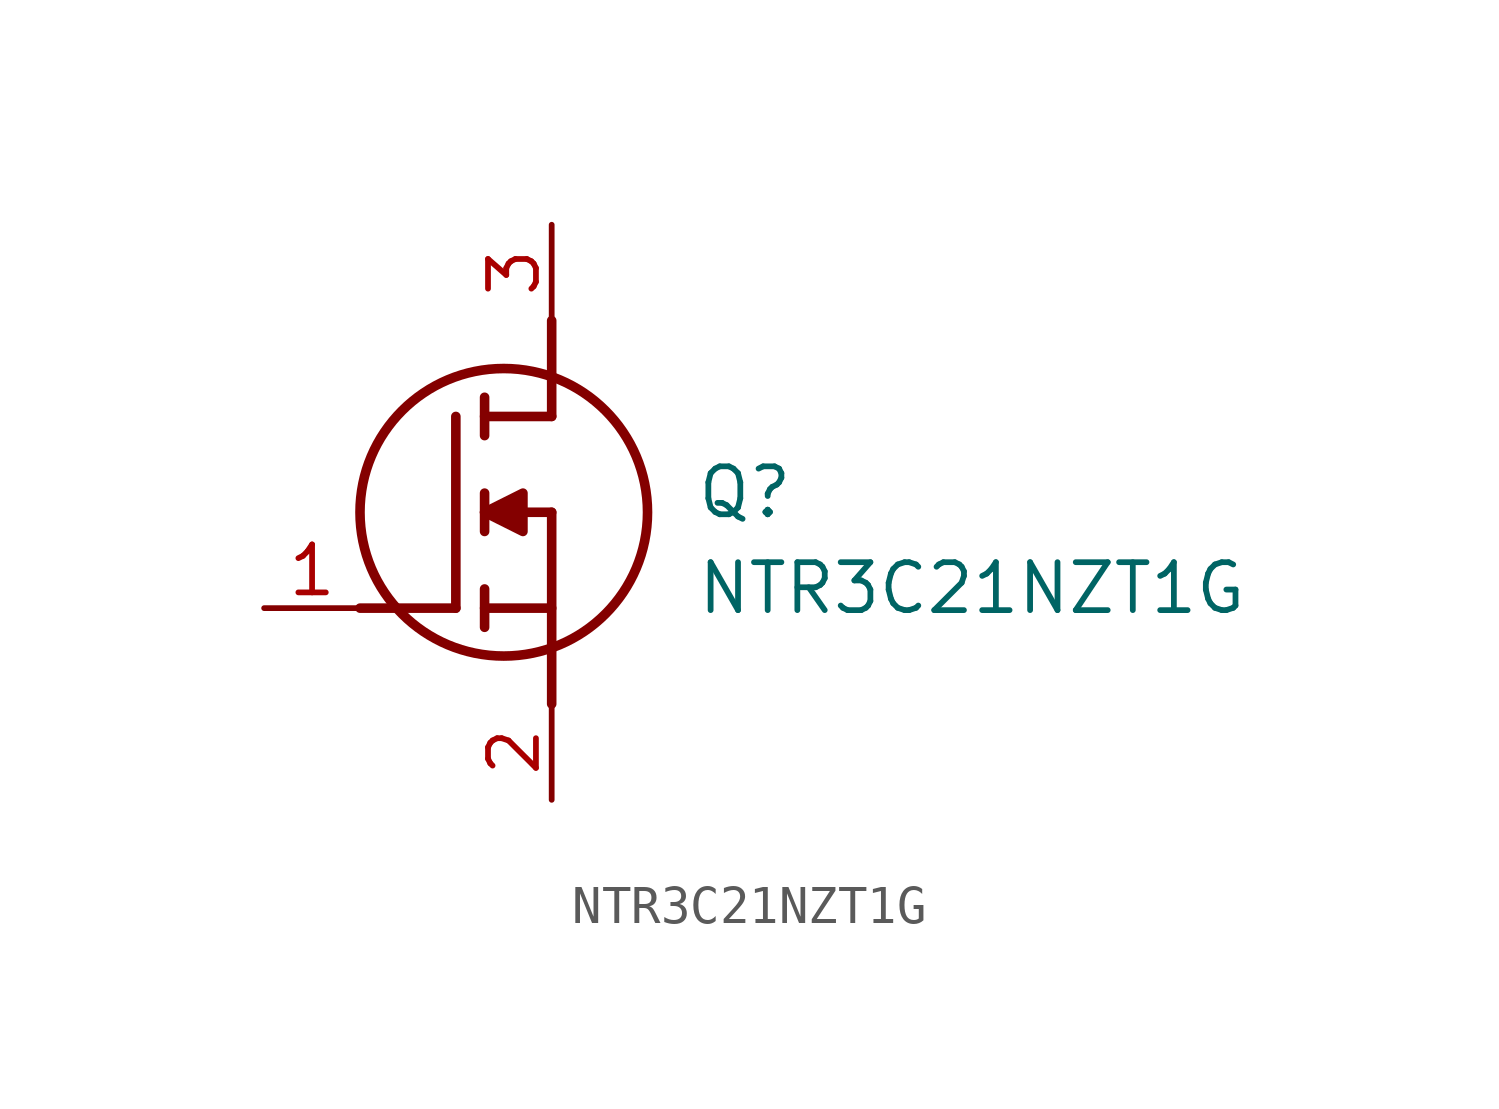
<source format=kicad_sym>
(kicad_symbol_lib
  (version 20211014)
  (generator SamacSys_ECAD_Model)
  (symbol "NTR3C21NZT1G"
    (pin_names hide)
    (property "Reference" "Q"
      (at 11.43 3.81 0)
      (effects (font (size 1.27 1.27)) (justify left top)))
    (property "Value" "NTR3C21NZT1G"
      (at 11.43 1.27 0)
      (effects (font (size 1.27 1.27)) (justify left top)))
    (polyline
      (pts (xy 7.62 2.54) (xy 7.62 -2.54))
      (stroke (width 0.254) (type default))
      (fill (type none)))
    (polyline
      (pts (xy 7.62 5.08) (xy 7.62 7.62))
      (stroke (width 0.254) (type default))
      (fill (type none)))
    (polyline
      (pts (xy 2.54 0) (xy 5.08 0))
      (stroke (width 0.254) (type default))
      (fill (type none)))
    (polyline
      (pts (xy 5.08 5.08) (xy 5.08 0))
      (stroke (width 0.254) (type default))
      (fill (type none)))
    (polyline
      (pts (xy 7.62 2.54) (xy 5.842 2.54))
      (stroke (width 0.254) (type default))
      (fill (type none)))
    (polyline
      (pts (xy 7.62 5.08) (xy 5.842 5.08))
      (stroke (width 0.254) (type default))
      (fill (type none)))
    (polyline
      (pts (xy 5.842 0) (xy 7.62 0))
      (stroke (width 0.254) (type default))
      (fill (type none)))
    (polyline
      (pts (xy 5.842 5.588) (xy 5.842 4.572))
      (stroke (width 0.254) (type default))
      (fill (type none)))
    (polyline
      (pts (xy 5.842 -0.508) (xy 5.842 0.508))
      (stroke (width 0.254) (type default))
      (fill (type none)))
    (polyline
      (pts (xy 5.842 2.032) (xy 5.842 3.048))
      (stroke (width 0.254) (type default))
      (fill (type none)))
    (circle
      (center 6.35 2.54)
      (radius 3.81)
      (stroke (width 0.254) (type default))
      (fill (type none)))
    (polyline
      (pts (xy 5.842 2.54) (xy 6.858 3.048) (xy 6.858 2.032) (xy 5.842 2.54))
      (stroke (width 0.254) (type default))
      (fill (type outline)))
    (pin passive line
      (at 0 0 0)
      (length 2.54)
      (name "G" (effects (font (size 1.27 1.27))))
      (number "1" (effects (font (size 1.27 1.27)))))
    (pin passive line
      (at 7.62 10.16 270)
      (length 2.54)
      (name "D" (effects (font (size 1.27 1.27))))
      (number "3" (effects (font (size 1.27 1.27)))))
    (pin passive line
      (at 7.62 -5.08 90)
      (length 2.54)
      (name "S" (effects (font (size 1.27 1.27))))
      (number "2" (effects (font (size 1.27 1.27)))))))
</source>
